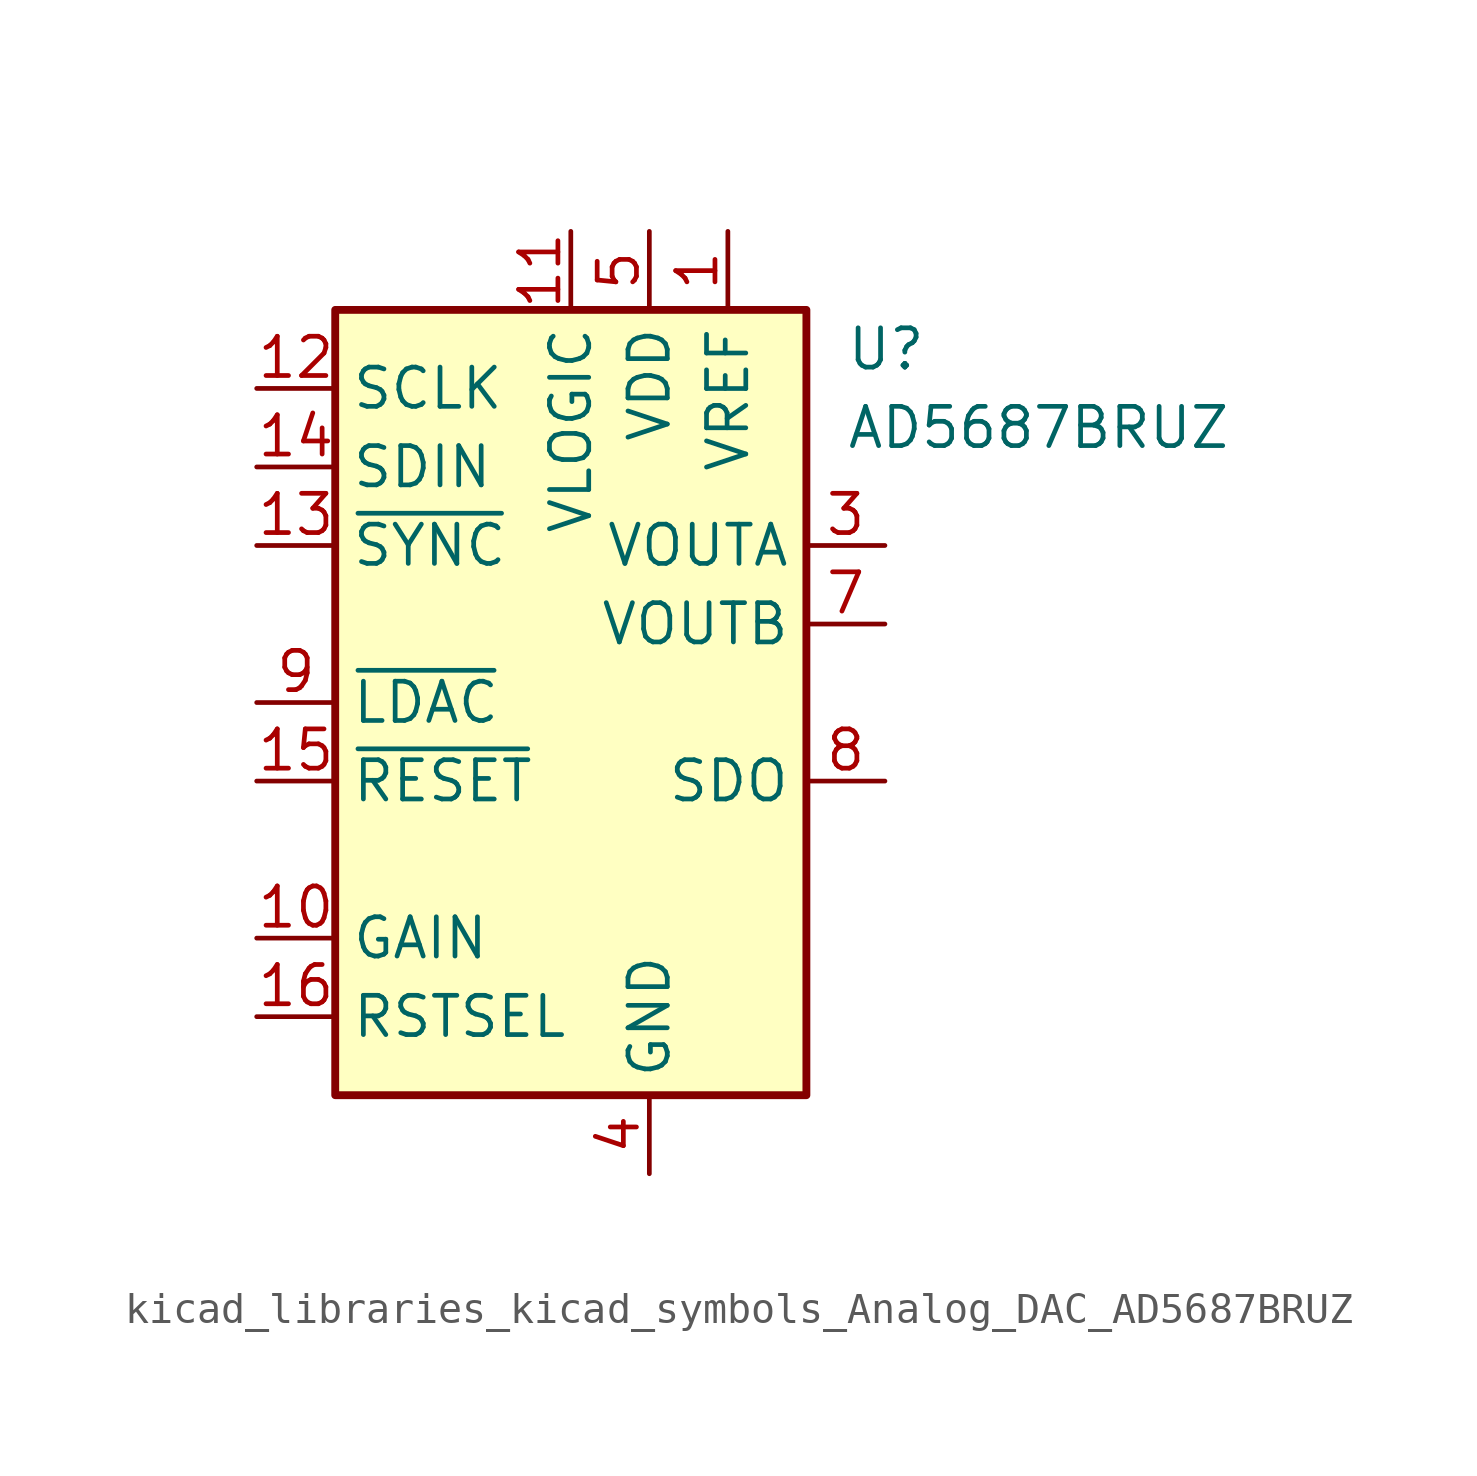
<source format=kicad_sym>
(kicad_symbol_lib
  (version 20220914)
  (generator kicad_symbol_editor)
  (symbol "kicad_libraries_kicad_symbols_Analog_DAC_AD5687BRUZ"
    (property "Reference" "U"
      (at 8.89 11.43 0)
      (effects (font (size 1.27 1.27)) (justify left)))
    (property "Value" "AD5687BRUZ"
      (at 8.89 8.89 0)
      (effects (font (size 1.27 1.27)) (justify left)))
    (symbol "kicad_libraries_kicad_symbols_Analog_DAC_AD5687BRUZ_0_1"
      (rectangle (start -7.62 12.7) (end 7.62 -12.7) (stroke (width 0.254) (type default)) (fill (type background))))
    (symbol "kicad_libraries_kicad_symbols_Analog_DAC_AD5687BRUZ_1_1"
      (pin power_in line (at 5.08 15.24 270) (length 2.54) (name "VREF" (effects (font (size 1.27 1.27)))) (number "1" (effects (font (size 1.27 1.27)))))
      (pin input line (at -10.16 -7.62 0) (length 2.54) (name "GAIN" (effects (font (size 1.27 1.27)))) (number "10" (effects (font (size 1.27 1.27)))))
      (pin power_in line (at 0 15.24 270) (length 2.54) (name "VLOGIC" (effects (font (size 1.27 1.27)))) (number "11" (effects (font (size 1.27 1.27)))))
      (pin input line (at -10.16 10.16 0) (length 2.54) (name "SCLK" (effects (font (size 1.27 1.27)))) (number "12" (effects (font (size 1.27 1.27)))))
      (pin input line (at -10.16 5.08 0) (length 2.54) (name "~{SYNC}" (effects (font (size 1.27 1.27)))) (number "13" (effects (font (size 1.27 1.27)))))
      (pin input line (at -10.16 7.62 0) (length 2.54) (name "SDIN" (effects (font (size 1.27 1.27)))) (number "14" (effects (font (size 1.27 1.27)))))
      (pin input line (at -10.16 -2.54 0) (length 2.54) (name "~{RESET}" (effects (font (size 1.27 1.27)))) (number "15" (effects (font (size 1.27 1.27)))))
      (pin input line (at -10.16 -10.16 0) (length 2.54) (name "RSTSEL" (effects (font (size 1.27 1.27)))) (number "16" (effects (font (size 1.27 1.27)))))
      (pin no_connect line (at 7.62 -5.08 180) (length 2.54) hide (name "NC" (effects (font (size 1.27 1.27)))) (number "2" (effects (font (size 1.27 1.27)))))
      (pin output line (at 10.16 5.08 180) (length 2.54) (name "VOUTA" (effects (font (size 1.27 1.27)))) (number "3" (effects (font (size 1.27 1.27)))))
      (pin power_in line (at 2.54 -15.24 90) (length 2.54) (name "GND" (effects (font (size 1.27 1.27)))) (number "4" (effects (font (size 1.27 1.27)))))
      (pin power_in line (at 2.54 15.24 270) (length 2.54) (name "VDD" (effects (font (size 1.27 1.27)))) (number "5" (effects (font (size 1.27 1.27)))))
      (pin no_connect line (at 7.62 -7.62 180) (length 2.54) hide (name "NC" (effects (font (size 1.27 1.27)))) (number "6" (effects (font (size 1.27 1.27)))))
      (pin output line (at 10.16 2.54 180) (length 2.54) (name "VOUTB" (effects (font (size 1.27 1.27)))) (number "7" (effects (font (size 1.27 1.27)))))
      (pin output line (at 10.16 -2.54 180) (length 2.54) (name "SDO" (effects (font (size 1.27 1.27)))) (number "8" (effects (font (size 1.27 1.27)))))
      (pin input line (at -10.16 0 0) (length 2.54) (name "~{LDAC}" (effects (font (size 1.27 1.27)))) (number "9" (effects (font (size 1.27 1.27))))))))
</source>
